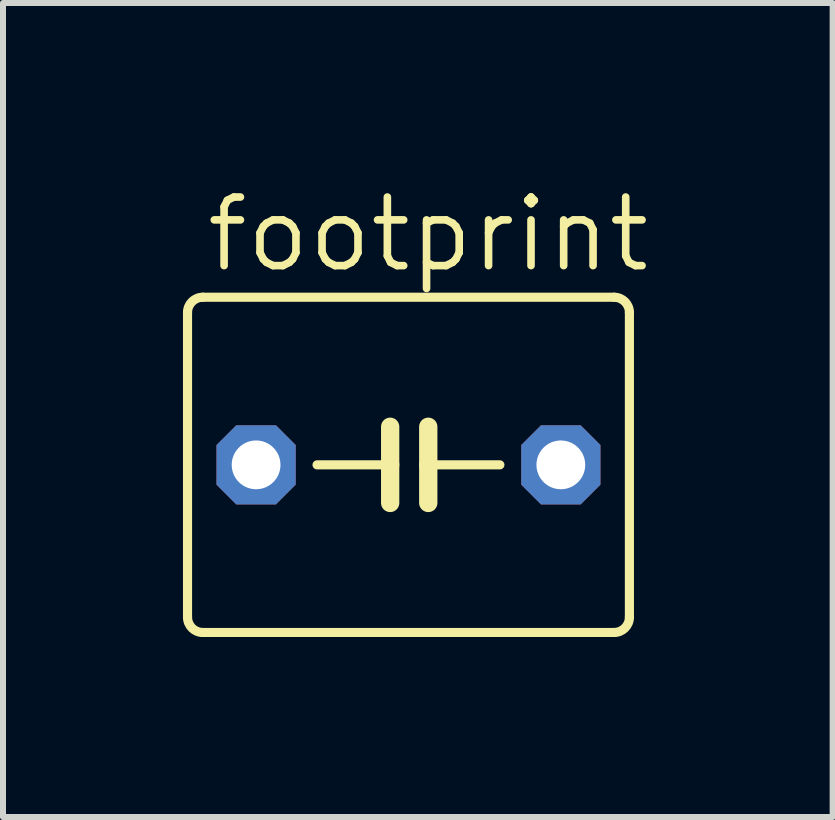
<source format=kicad_pcb>
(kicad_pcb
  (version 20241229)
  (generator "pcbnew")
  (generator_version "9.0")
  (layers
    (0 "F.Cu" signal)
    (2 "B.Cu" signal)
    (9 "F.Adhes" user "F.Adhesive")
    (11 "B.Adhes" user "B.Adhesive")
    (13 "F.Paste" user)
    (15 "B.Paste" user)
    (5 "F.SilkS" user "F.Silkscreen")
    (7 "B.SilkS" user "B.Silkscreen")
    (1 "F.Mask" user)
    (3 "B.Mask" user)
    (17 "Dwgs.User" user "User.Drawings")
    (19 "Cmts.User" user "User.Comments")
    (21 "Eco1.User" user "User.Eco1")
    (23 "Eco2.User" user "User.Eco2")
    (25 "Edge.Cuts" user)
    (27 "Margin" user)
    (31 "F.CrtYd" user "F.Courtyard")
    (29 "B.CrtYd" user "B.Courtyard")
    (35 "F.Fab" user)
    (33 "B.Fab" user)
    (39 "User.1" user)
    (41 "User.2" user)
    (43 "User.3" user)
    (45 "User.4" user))
  (footprint "footprint"
    (layer "F.Cu")
    (at 3.759 4.699)
    (property "Reference" "footprint" (at -3.429 -3.175 0) (layer "F.SilkS") (effects (font (size 1.143 1.143) (thickness 0.127)) (justify left bottom)))
    (fp_line (start -3.683 -2.54) (end -3.683 2.54) (stroke (width 0.152) (type solid)) (layer "F.SilkS"))
    (fp_line (start -3.429 2.794) (end 3.429 2.794) (stroke (width 0.152) (type solid)) (layer "F.SilkS"))
    (fp_line (start -0.305 -0.635) (end -0.305 0) (stroke (width 0.305) (type solid)) (layer "F.SilkS"))
    (fp_line (start -0.305 0) (end -1.524 0) (stroke (width 0.152) (type solid)) (layer "F.SilkS"))
    (fp_line (start -0.305 0) (end -0.305 0.635) (stroke (width 0.305) (type solid)) (layer "F.SilkS"))
    (fp_line (start 0.33 -0.635) (end 0.33 0) (stroke (width 0.305) (type solid)) (layer "F.SilkS"))
    (fp_line (start 0.33 0) (end 0.33 0.635) (stroke (width 0.305) (type solid)) (layer "F.SilkS"))
    (fp_line (start 0.33 0) (end 1.524 0) (stroke (width 0.152) (type solid)) (layer "F.SilkS"))
    (fp_line (start 3.429 -2.794) (end -3.429 -2.794) (stroke (width 0.152) (type solid)) (layer "F.SilkS"))
    (fp_line (start 3.683 2.54) (end 3.683 -2.54) (stroke (width 0.152) (type solid)) (layer "F.SilkS"))
    (fp_arc (start -3.683 -2.54) (mid -3.608605 -2.719605) (end -3.429 -2.794) (stroke (width 0.1524) (type solid)) (layer "F.SilkS"))
    (fp_arc (start -3.429 2.794) (mid -3.608605 2.719605) (end -3.683 2.54) (stroke (width 0.1524) (type solid)) (layer "F.SilkS"))
    (fp_arc (start 3.429 -2.794) (mid 3.608605 -2.719605) (end 3.683 -2.54) (stroke (width 0.1524) (type solid)) (layer "F.SilkS"))
    (fp_arc (start 3.683 2.54) (mid 3.608605 2.719605) (end 3.429 2.794) (stroke (width 0.1524) (type solid)) (layer "F.SilkS"))
    (pad "1" thru_hole roundrect (at -2.54 0) (size 1.321 1.321) (drill 0.813) (layers "*.Cu" "*.Mask") (roundrect_rratio 0.25) (chamfer_ratio 0.25) (chamfer top_left top_right bottom_left bottom_right))
    (pad "2" thru_hole roundrect (at 2.54 0) (size 1.321 1.321) (drill 0.813) (layers "*.Cu" "*.Mask") (roundrect_rratio 0.25) (chamfer_ratio 0.25) (chamfer top_left top_right bottom_left bottom_right)))
  (gr_rect
    (start -3 -3)
    (end 10.83 10.569)
    (stroke (width 0.1) (type default))
    (fill no)
    (layer "Edge.Cuts")))
</source>
